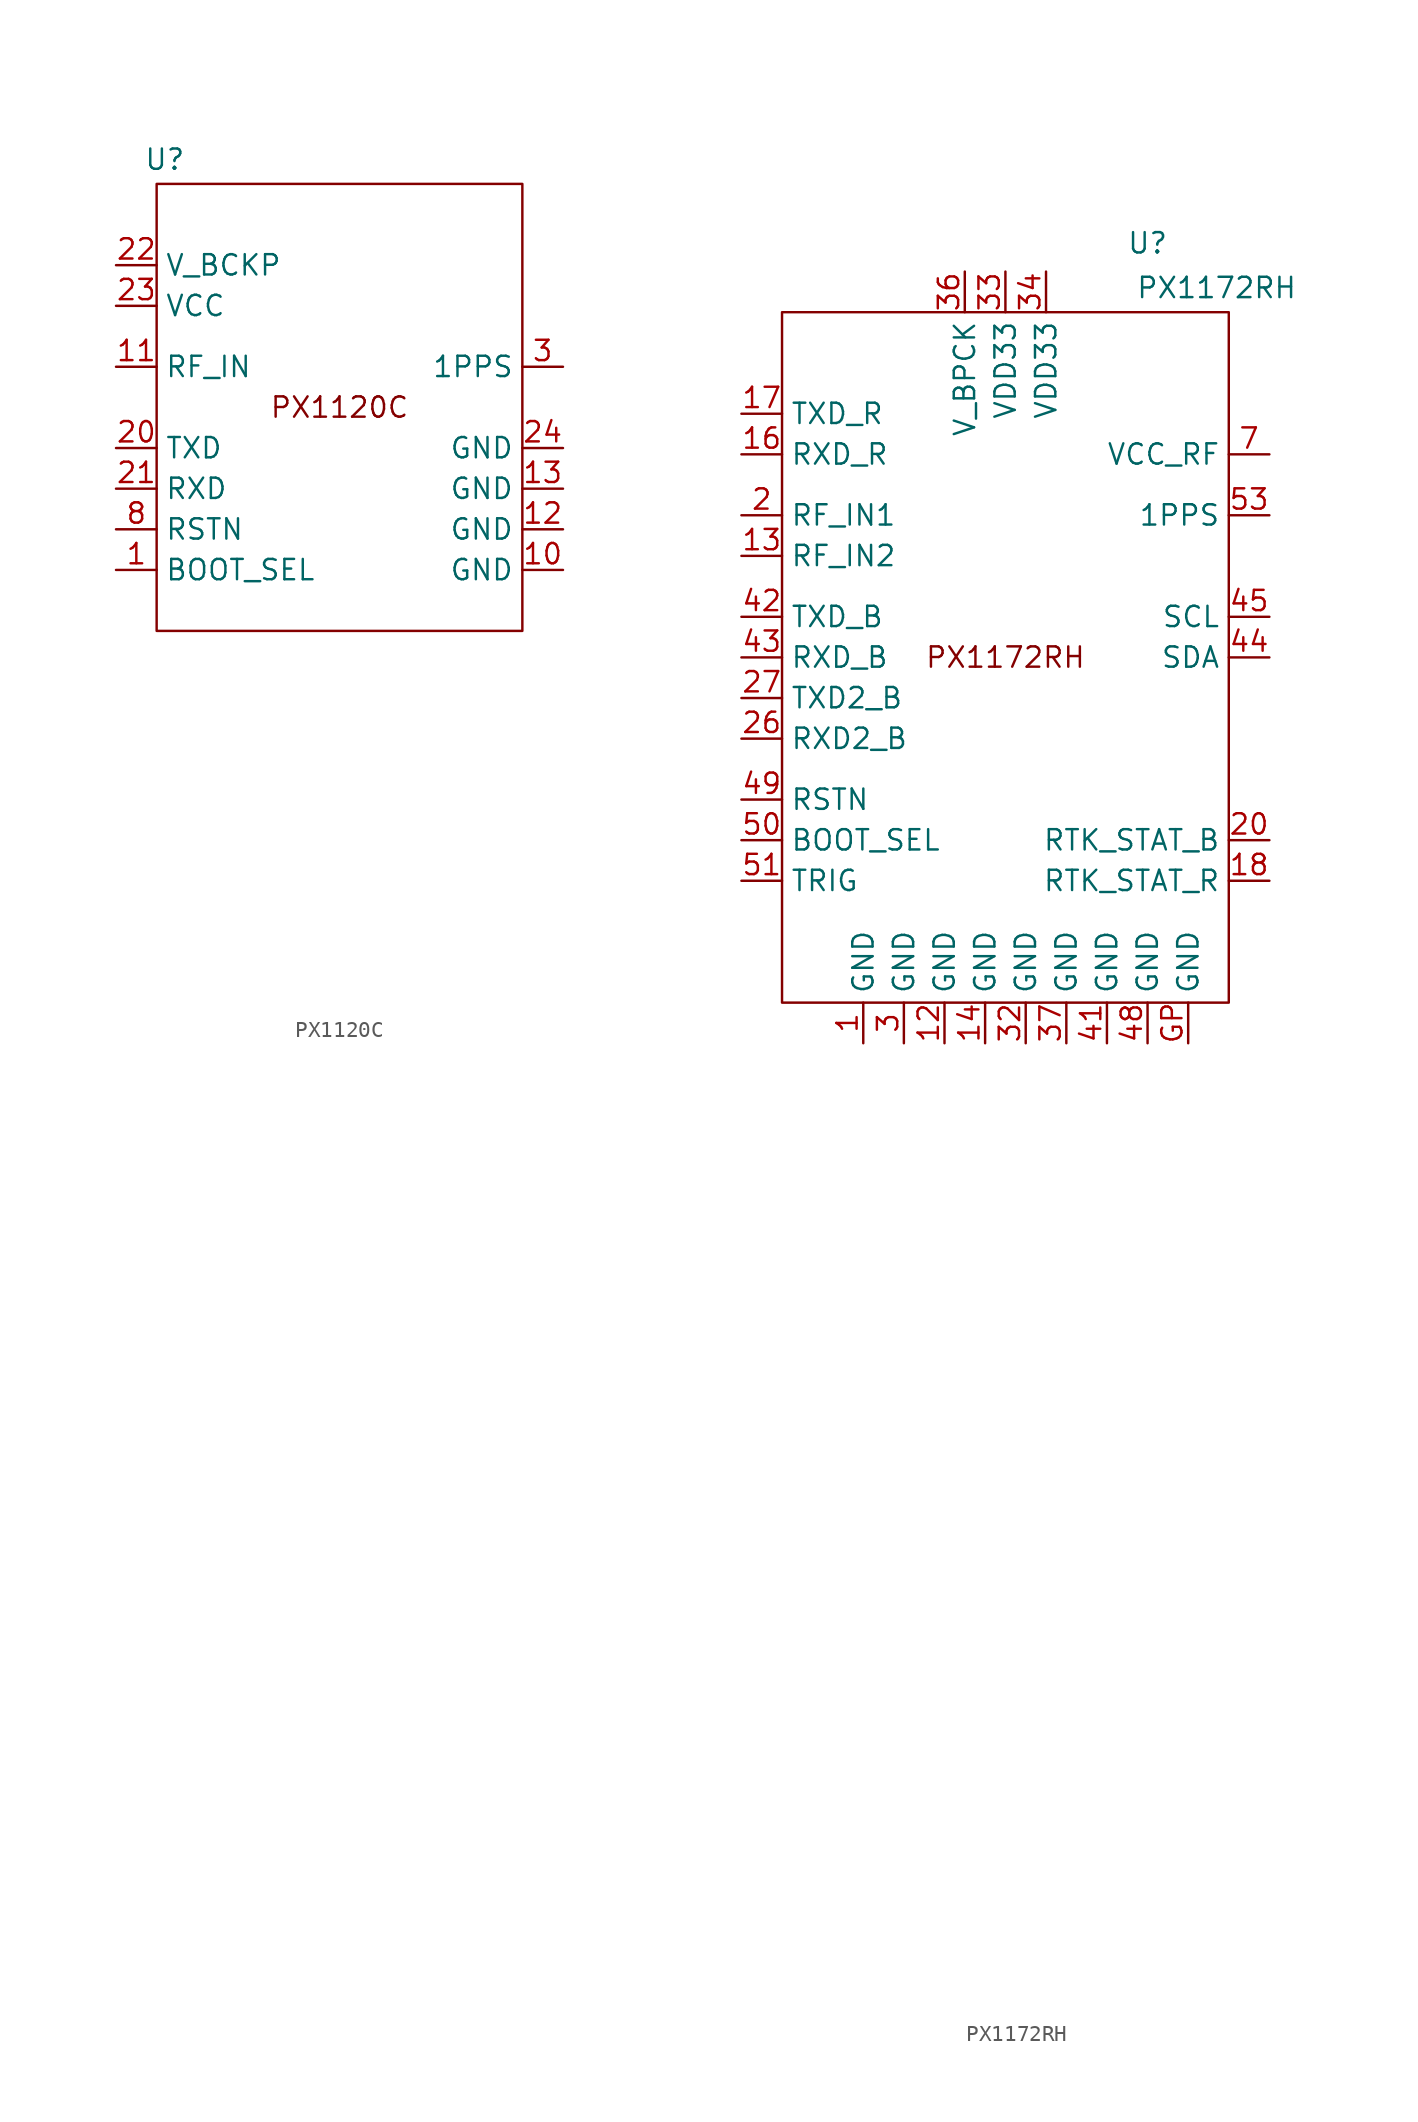
<source format=kicad_sym>
(kicad_symbol_lib
  (version 20231120)
  (generator "kicad_symbol_editor")
  (generator_version "8.0")
  (symbol "PX1120C"
    (property "Reference" "U"
      (at -10.922 15.494 0)
      (effects (font (size 1.27 1.27))))
    (symbol "PX1120C_0_0"
      (pin unspecified line (at -13.97 -10.16 0) (length 2.54) (name "BOOT_SEL" (effects (font (size 1.27 1.27)))) (number "1" (effects (font (size 1.27 1.27)))))
      (pin unspecified line (at 13.97 -10.16 180) (length 2.54) (name "GND" (effects (font (size 1.27 1.27)))) (number "10" (effects (font (size 1.27 1.27)))))
      (pin unspecified line (at 13.97 -7.62 180) (length 2.54) (name "GND" (effects (font (size 1.27 1.27)))) (number "12" (effects (font (size 1.27 1.27)))))
      (pin unspecified line (at 13.97 -5.08 180) (length 2.54) (name "GND" (effects (font (size 1.27 1.27)))) (number "13" (effects (font (size 1.27 1.27)))))
      (pin no_connect line (at -11.43 -33.02 0) (length 2.54) hide (name "DIR/TRIG" (effects (font (size 1.27 1.27)))) (number "15" (effects (font (size 1.27 1.27)))))
      (pin no_connect line (at 8.89 -24.13 0) (length 2.54) hide (name "SPI_CLK" (effects (font (size 1.27 1.27)))) (number "16" (effects (font (size 1.27 1.27)))))
      (pin no_connect line (at 8.89 -30.48 0) (length 2.54) hide (name "SDA" (effects (font (size 1.27 1.27)))) (number "18" (effects (font (size 1.27 1.27)))))
      (pin no_connect line (at 8.89 -33.02 0) (length 2.54) hide (name "SCL" (effects (font (size 1.27 1.27)))) (number "19" (effects (font (size 1.27 1.27)))))
      (pin no_connect line (at 8.89 -19.05 0) (length 2.54) hide (name "SPI_MISO" (effects (font (size 1.27 1.27)))) (number "2" (effects (font (size 1.27 1.27)))))
      (pin unspecified line (at -13.97 -2.54 0) (length 2.54) (name "TXD" (effects (font (size 1.27 1.27)))) (number "20" (effects (font (size 1.27 1.27)))))
      (pin unspecified line (at -13.97 -5.08 0) (length 2.54) (name "RXD" (effects (font (size 1.27 1.27)))) (number "21" (effects (font (size 1.27 1.27)))))
      (pin unspecified line (at 13.97 -2.54 180) (length 2.54) (name "GND" (effects (font (size 1.27 1.27)))) (number "24" (effects (font (size 1.27 1.27)))))
      (pin no_connect line (at -11.43 -30.48 0) (length 2.54) hide (name "RXD2" (effects (font (size 1.27 1.27)))) (number "6" (effects (font (size 1.27 1.27)))))
      (pin unspecified line (at -13.97 -7.62 0) (length 2.54) (name "RSTN" (effects (font (size 1.27 1.27)))) (number "8" (effects (font (size 1.27 1.27)))))
      (pin no_connect line (at 8.89 -26.67 0) (length 2.54) hide (name "SPI_CSN" (effects (font (size 1.27 1.27)))) (number "9" (effects (font (size 1.27 1.27))))))
    (symbol "PX1120C_0_1"
      (rectangle (start -11.43 13.97) (end 11.43 -13.97) (stroke (width 0) (type default)) (fill (type none))))
    (symbol "PX1120C_1_0"
      (pin input line (at -13.97 2.54 0) (length 2.54) (name "RF_IN" (effects (font (size 1.27 1.27)))) (number "11" (effects (font (size 1.27 1.27)))))
      (pin no_connect line (at 8.89 -21.59 0) (length 2.54) hide (name "SPI_MOSI" (effects (font (size 1.27 1.27)))) (number "14" (effects (font (size 1.27 1.27)))))
      (pin no_connect line (at -11.43 -24.13 0) (length 2.54) hide (name "NC" (effects (font (size 1.27 1.27)))) (number "17" (effects (font (size 1.27 1.27)))))
      (pin power_in line (at -13.97 8.89 0) (length 2.54) (name "V_BCKP" (effects (font (size 1.27 1.27)))) (number "22" (effects (font (size 1.27 1.27)))))
      (pin power_in line (at -13.97 6.35 0) (length 2.54) (name "VCC" (effects (font (size 1.27 1.27)))) (number "23" (effects (font (size 1.27 1.27)))))
      (pin output line (at 13.97 2.54 180) (length 2.54) (name "1PPS" (effects (font (size 1.27 1.27)))) (number "3" (effects (font (size 1.27 1.27)))))
      (pin no_connect line (at -11.43 -27.94 0) (length 2.54) hide (name "ODO" (effects (font (size 1.27 1.27)))) (number "4" (effects (font (size 1.27 1.27)))))
      (pin no_connect line (at -11.43 -19.05 0) (length 2.54) hide (name "NC" (effects (font (size 1.27 1.27)))) (number "5" (effects (font (size 1.27 1.27)))))
      (pin no_connect line (at -11.43 -21.59 0) (length 2.54) hide (name "NC" (effects (font (size 1.27 1.27)))) (number "7" (effects (font (size 1.27 1.27))))))
    (symbol "PX1120C_1_1"
      (text "PX1120C" (at 0 0 0) (effects (font (size 1.27 1.27))))))
  (symbol "PX1172RH"
    (property "Reference" "U"
      (at 8.89 25.908 0)
      (effects (font (size 1.27 1.27))))
    (property "Value" "PX1172RH"
      (at 13.208 23.114 0)
      (effects (font (size 1.27 1.27))))
    (symbol "PX1172RH_0_0"
      (pin unspecified line (at -8.89 -24.13 90) (length 2.54) (name "GND" (effects (font (size 1.27 1.27)))) (number "1" (effects (font (size 1.27 1.27)))))
      (pin no_connect line (at -8.89 -69.85 0) (length 2.54) hide (name "NC" (effects (font (size 1.27 1.27)))) (number "10" (effects (font (size 1.27 1.27)))))
      (pin no_connect line (at -8.89 -67.31 0) (length 2.54) hide (name "NC" (effects (font (size 1.27 1.27)))) (number "11" (effects (font (size 1.27 1.27)))))
      (pin unspecified line (at -3.81 -24.13 90) (length 2.54) (name "GND" (effects (font (size 1.27 1.27)))) (number "12" (effects (font (size 1.27 1.27)))))
      (pin unspecified line (at -16.51 6.35 0) (length 2.54) (name "RF_IN2" (effects (font (size 1.27 1.27)))) (number "13" (effects (font (size 1.27 1.27)))))
      (pin unspecified line (at -1.27 -24.13 90) (length 2.54) (name "GND" (effects (font (size 1.27 1.27)))) (number "14" (effects (font (size 1.27 1.27)))))
      (pin no_connect line (at -8.89 -64.77 0) (length 2.54) hide (name "NC" (effects (font (size 1.27 1.27)))) (number "15" (effects (font (size 1.27 1.27)))))
      (pin unspecified line (at -16.51 12.7 0) (length 2.54) (name "RXD_R" (effects (font (size 1.27 1.27)))) (number "16" (effects (font (size 1.27 1.27)))))
      (pin unspecified line (at -16.51 15.24 0) (length 2.54) (name "TXD_R" (effects (font (size 1.27 1.27)))) (number "17" (effects (font (size 1.27 1.27)))))
      (pin unspecified line (at 16.51 -13.97 180) (length 2.54) (name "RTK_STAT_R" (effects (font (size 1.27 1.27)))) (number "18" (effects (font (size 1.27 1.27)))))
      (pin no_connect line (at -8.89 -62.23 0) (length 2.54) hide (name "NC" (effects (font (size 1.27 1.27)))) (number "19" (effects (font (size 1.27 1.27)))))
      (pin unspecified line (at -16.51 8.89 0) (length 2.54) (name "RF_IN1" (effects (font (size 1.27 1.27)))) (number "2" (effects (font (size 1.27 1.27)))))
      (pin unspecified line (at 16.51 -11.43 180) (length 2.54) (name "RTK_STAT_B" (effects (font (size 1.27 1.27)))) (number "20" (effects (font (size 1.27 1.27)))))
      (pin no_connect line (at -8.89 -59.69 0) (length 2.54) hide (name "NC" (effects (font (size 1.27 1.27)))) (number "21" (effects (font (size 1.27 1.27)))))
      (pin no_connect line (at -8.89 -54.61 0) (length 2.54) hide (name "NC" (effects (font (size 1.27 1.27)))) (number "23" (effects (font (size 1.27 1.27)))))
      (pin no_connect line (at -8.89 -52.07 0) (length 2.54) hide (name "NC" (effects (font (size 1.27 1.27)))) (number "24" (effects (font (size 1.27 1.27)))))
      (pin no_connect line (at -8.89 -49.53 0) (length 2.54) hide (name "NC" (effects (font (size 1.27 1.27)))) (number "25" (effects (font (size 1.27 1.27)))))
      (pin unspecified line (at -16.51 -5.08 0) (length 2.54) (name "RXD2_B" (effects (font (size 1.27 1.27)))) (number "26" (effects (font (size 1.27 1.27)))))
      (pin unspecified line (at -16.51 -2.54 0) (length 2.54) (name "TXD2_B" (effects (font (size 1.27 1.27)))) (number "27" (effects (font (size 1.27 1.27)))))
      (pin no_connect line (at -8.89 -46.99 0) (length 2.54) hide (name "NC" (effects (font (size 1.27 1.27)))) (number "28" (effects (font (size 1.27 1.27)))))
      (pin no_connect line (at -8.89 -44.45 0) (length 2.54) hide (name "NC" (effects (font (size 1.27 1.27)))) (number "29" (effects (font (size 1.27 1.27)))))
      (pin unspecified line (at -6.35 -24.13 90) (length 2.54) (name "GND" (effects (font (size 1.27 1.27)))) (number "3" (effects (font (size 1.27 1.27)))))
      (pin no_connect line (at -8.89 -41.91 0) (length 2.54) hide (name "NC" (effects (font (size 1.27 1.27)))) (number "30" (effects (font (size 1.27 1.27)))))
      (pin no_connect line (at -8.89 -39.37 0) (length 2.54) hide (name "NC" (effects (font (size 1.27 1.27)))) (number "31" (effects (font (size 1.27 1.27)))))
      (pin unspecified line (at 1.27 -24.13 90) (length 2.54) (name "GND" (effects (font (size 1.27 1.27)))) (number "32" (effects (font (size 1.27 1.27)))))
      (pin unspecified line (at 0 24.13 270) (length 2.54) (name "VDD33" (effects (font (size 1.27 1.27)))) (number "33" (effects (font (size 1.27 1.27)))))
      (pin unspecified line (at 2.54 24.13 270) (length 2.54) (name "VDD33" (effects (font (size 1.27 1.27)))) (number "34" (effects (font (size 1.27 1.27)))))
      (pin no_connect line (at 8.89 -46.99 0) (length 2.54) hide (name "NC" (effects (font (size 1.27 1.27)))) (number "35" (effects (font (size 1.27 1.27)))))
      (pin unspecified line (at -2.54 24.13 270) (length 2.54) (name "V_BPCK" (effects (font (size 1.27 1.27)))) (number "36" (effects (font (size 1.27 1.27)))))
      (pin unspecified line (at 3.81 -24.13 90) (length 2.54) (name "GND" (effects (font (size 1.27 1.27)))) (number "37" (effects (font (size 1.27 1.27)))))
      (pin no_connect line (at 8.89 -49.53 0) (length 2.54) hide (name "NC" (effects (font (size 1.27 1.27)))) (number "38" (effects (font (size 1.27 1.27)))))
      (pin no_connect line (at 8.89 -52.07 0) (length 2.54) hide (name "NC" (effects (font (size 1.27 1.27)))) (number "39" (effects (font (size 1.27 1.27)))))
      (pin no_connect line (at 8.89 -44.45 0) (length 2.54) hide (name "NC" (effects (font (size 1.27 1.27)))) (number "4" (effects (font (size 1.27 1.27)))))
      (pin no_connect line (at 8.89 -54.61 0) (length 2.54) hide (name "NC" (effects (font (size 1.27 1.27)))) (number "40" (effects (font (size 1.27 1.27)))))
      (pin unspecified line (at 6.35 -24.13 90) (length 2.54) (name "GND" (effects (font (size 1.27 1.27)))) (number "41" (effects (font (size 1.27 1.27)))))
      (pin unspecified line (at -16.51 2.54 0) (length 2.54) (name "TXD_B" (effects (font (size 1.27 1.27)))) (number "42" (effects (font (size 1.27 1.27)))))
      (pin unspecified line (at -16.51 0 0) (length 2.54) (name "RXD_B" (effects (font (size 1.27 1.27)))) (number "43" (effects (font (size 1.27 1.27)))))
      (pin unspecified line (at 16.51 0 180) (length 2.54) (name "SDA" (effects (font (size 1.27 1.27)))) (number "44" (effects (font (size 1.27 1.27)))))
      (pin unspecified line (at 16.51 2.54 180) (length 2.54) (name "SCL" (effects (font (size 1.27 1.27)))) (number "45" (effects (font (size 1.27 1.27)))))
      (pin no_connect line (at 8.89 -57.15 0) (length 2.54) hide (name "NC" (effects (font (size 1.27 1.27)))) (number "46" (effects (font (size 1.27 1.27)))))
      (pin no_connect line (at 8.89 -59.69 0) (length 2.54) hide (name "NC" (effects (font (size 1.27 1.27)))) (number "47" (effects (font (size 1.27 1.27)))))
      (pin unspecified line (at 8.89 -24.13 90) (length 2.54) (name "GND" (effects (font (size 1.27 1.27)))) (number "48" (effects (font (size 1.27 1.27)))))
      (pin unspecified line (at -16.51 -8.89 0) (length 2.54) (name "RSTN" (effects (font (size 1.27 1.27)))) (number "49" (effects (font (size 1.27 1.27)))))
      (pin no_connect line (at 8.89 -41.91 0) (length 2.54) hide (name "NC" (effects (font (size 1.27 1.27)))) (number "5" (effects (font (size 1.27 1.27)))))
      (pin unspecified line (at -16.51 -11.43 0) (length 2.54) (name "BOOT_SEL" (effects (font (size 1.27 1.27)))) (number "50" (effects (font (size 1.27 1.27)))))
      (pin unspecified line (at -16.51 -13.97 0) (length 2.54) (name "TRIG" (effects (font (size 1.27 1.27)))) (number "51" (effects (font (size 1.27 1.27)))))
      (pin no_connect line (at 8.89 -62.23 0) (length 2.54) hide (name "NC" (effects (font (size 1.27 1.27)))) (number "52" (effects (font (size 1.27 1.27)))))
      (pin unspecified line (at 16.51 8.89 180) (length 2.54) (name "1PPS" (effects (font (size 1.27 1.27)))) (number "53" (effects (font (size 1.27 1.27)))))
      (pin no_connect line (at 8.89 -64.77 0) (length 2.54) hide (name "NC" (effects (font (size 1.27 1.27)))) (number "54" (effects (font (size 1.27 1.27)))))
      (pin no_connect line (at 8.89 -39.37 0) (length 2.54) hide (name "NC" (effects (font (size 1.27 1.27)))) (number "6" (effects (font (size 1.27 1.27)))))
      (pin unspecified line (at 16.51 12.7 180) (length 2.54) (name "VCC_RF" (effects (font (size 1.27 1.27)))) (number "7" (effects (font (size 1.27 1.27)))))
      (pin no_connect line (at -8.89 -74.93 0) (length 2.54) hide (name "NC" (effects (font (size 1.27 1.27)))) (number "8" (effects (font (size 1.27 1.27)))))
      (pin no_connect line (at -8.89 -72.39 0) (length 2.54) hide (name "NC" (effects (font (size 1.27 1.27)))) (number "9" (effects (font (size 1.27 1.27))))))
    (symbol "PX1172RH_0_1"
      (rectangle (start -13.97 21.59) (end 13.97 -21.59) (stroke (width 0) (type default)) (fill (type none))))
    (symbol "PX1172RH_1_0"
      (pin no_connect line (at -8.89 -57.15 0) (length 2.54) hide (name "NC" (effects (font (size 1.27 1.27)))) (number "22" (effects (font (size 1.27 1.27)))))
      (pin unspecified line (at 11.43 -24.13 90) (length 2.54) (name "GND" (effects (font (size 1.27 1.27)))) (number "GP" (effects (font (size 1.27 1.27))))))
    (symbol "PX1172RH_1_1"
      (text "PX1172RH" (at 0 0 0) (effects (font (size 1.27 1.27)))))))
</source>
